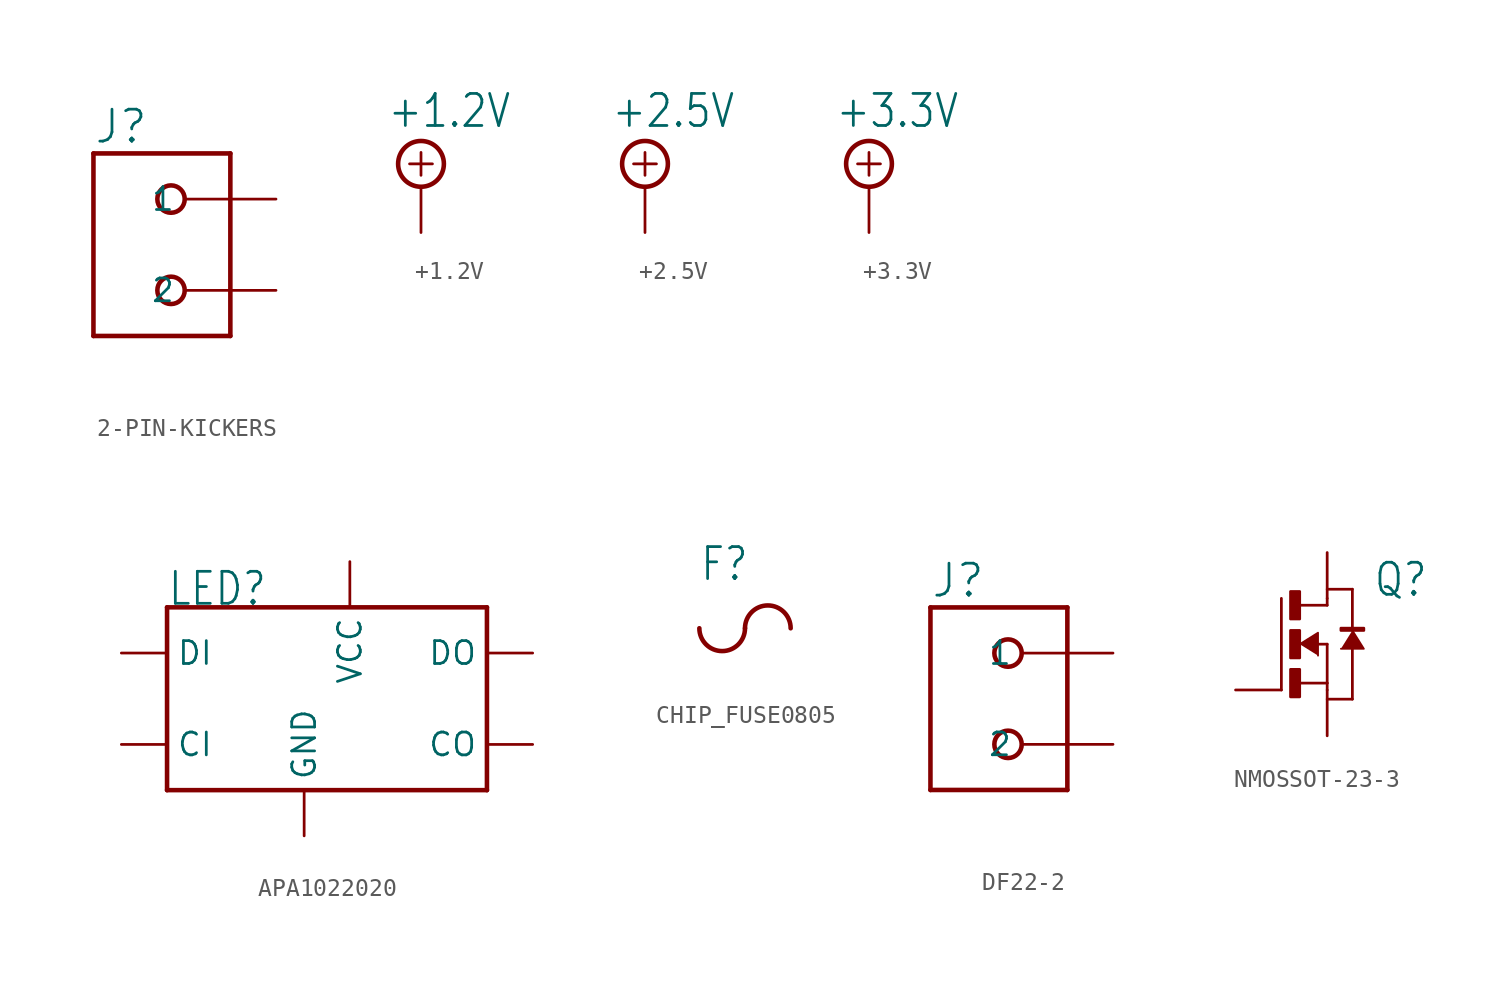
<source format=kicad_sym>
(kicad_symbol_lib
  (version 20220914)
  (generator kicad_symbol_editor)
  (symbol "2-PIN-KICKERS"
    (property "Reference" "J"
      (at -5.08 7.62 0)
      (effects (font (size 1.778 1.778)) (justify left top)))
    (property "Value" ""
      (at -5.08 -7.62 0)
      (effects (font (size 1.778 1.778)) (justify left bottom)))
    (property "ki_locked" ""
      (at 0 0 0)
      (effects (font (size 1.27 1.27))))
    (symbol "2-PIN-KICKERS_1_0"
      (circle (center -0.762 -2.54) (radius 0.762) (stroke (width 0.254) (type solid)) (fill (type none)))
      (circle (center -0.762 2.54) (radius 0.762) (stroke (width 0.254) (type solid)) (fill (type none)))
      (polyline (pts (xy -5.08 -5.08) (xy 2.54 -5.08)) (stroke (width 0.254) (type solid)) (fill (type none)))
      (polyline (pts (xy -5.08 5.08) (xy -5.08 -5.08)) (stroke (width 0.254) (type solid)) (fill (type none)))
      (polyline (pts (xy 2.54 -5.08) (xy 2.54 5.08)) (stroke (width 0.254) (type solid)) (fill (type none)))
      (polyline (pts (xy 2.54 5.08) (xy -5.08 5.08)) (stroke (width 0.254) (type solid)) (fill (type none)))
      (pin bidirectional line (at 5.08 2.54 180) (length 5.08) (name "1" (effects (font (size 1.27 1.27)))) (number "1" (effects (font (size 0 0)))))
      (pin bidirectional line (at 5.08 -2.54 180) (length 5.08) (name "2" (effects (font (size 1.27 1.27)))) (number "2" (effects (font (size 0 0)))))))
  (symbol "+1.2V"
    (power)
    (property "Reference" "#SUPPLY"
      (at 0 0 0)
      (effects (font (size 1.27 1.27)) hide))
    (property "Value" "+1.2V"
      (at -1.905 3.175 0)
      (effects (font (size 1.778 1.511)) (justify left bottom)))
    (property "ki_locked" ""
      (at 0 0 0)
      (effects (font (size 1.27 1.27))))
    (symbol "+1.2V_1_0"
      (polyline (pts (xy -0.635 1.27) (xy 0.635 1.27)) (stroke (width 0.152) (type solid)) (fill (type none)))
      (polyline (pts (xy 0 0.635) (xy 0 1.905)) (stroke (width 0.152) (type solid)) (fill (type none)))
      (circle (center 0 1.27) (radius 1.27) (stroke (width 0.254) (type solid)) (fill (type none)))
      (pin power_in line (at 0 -2.54 90) (length 2.54) (name "+1.2V" (effects (font (size 0 0)))) (number "1" (effects (font (size 0 0)))))))
  (symbol "+2.5V"
    (power)
    (property "Reference" "#SUPPLY"
      (at 0 0 0)
      (effects (font (size 1.27 1.27)) hide))
    (property "Value" "+2.5V"
      (at -1.905 3.175 0)
      (effects (font (size 1.778 1.511)) (justify left bottom)))
    (property "ki_locked" ""
      (at 0 0 0)
      (effects (font (size 1.27 1.27))))
    (symbol "+2.5V_1_0"
      (polyline (pts (xy -0.635 1.27) (xy 0.635 1.27)) (stroke (width 0.152) (type solid)) (fill (type none)))
      (polyline (pts (xy 0 0.635) (xy 0 1.905)) (stroke (width 0.152) (type solid)) (fill (type none)))
      (circle (center 0 1.27) (radius 1.27) (stroke (width 0.254) (type solid)) (fill (type none)))
      (pin power_in line (at 0 -2.54 90) (length 2.54) (name "+2.5V" (effects (font (size 0 0)))) (number "1" (effects (font (size 0 0)))))))
  (symbol "+3.3V"
    (power)
    (property "Reference" "#SUPPLY"
      (at 0 0 0)
      (effects (font (size 1.27 1.27)) hide))
    (property "Value" "+3.3V"
      (at -1.905 3.175 0)
      (effects (font (size 1.778 1.511)) (justify left bottom)))
    (property "ki_locked" ""
      (at 0 0 0)
      (effects (font (size 1.27 1.27))))
    (symbol "+3.3V_1_0"
      (polyline (pts (xy -0.635 1.27) (xy 0.635 1.27)) (stroke (width 0.152) (type solid)) (fill (type none)))
      (polyline (pts (xy 0 0.635) (xy 0 1.905)) (stroke (width 0.152) (type solid)) (fill (type none)))
      (circle (center 0 1.27) (radius 1.27) (stroke (width 0.254) (type solid)) (fill (type none)))
      (pin power_in line (at 0 -2.54 90) (length 2.54) (name "+3.3V" (effects (font (size 0 0)))) (number "1" (effects (font (size 0 0)))))))
  (symbol "APA1022020"
    (property "Reference" "LED"
      (at -10.16 7.62 0)
      (effects (font (size 1.778 1.511)) (justify left bottom)))
    (property "Value" ""
      (at 0 -5.08 0)
      (effects (font (size 1.778 1.511)) (justify left bottom)))
    (property "ki_locked" ""
      (at 0 0 0)
      (effects (font (size 1.27 1.27))))
    (symbol "APA1022020_1_0"
      (polyline (pts (xy -10.16 -2.54) (xy 7.62 -2.54)) (stroke (width 0.254) (type solid)) (fill (type none)))
      (polyline (pts (xy -10.16 7.62) (xy -10.16 -2.54)) (stroke (width 0.254) (type solid)) (fill (type none)))
      (polyline (pts (xy 7.62 -2.54) (xy 7.62 7.62)) (stroke (width 0.254) (type solid)) (fill (type none)))
      (polyline (pts (xy 7.62 7.62) (xy -10.16 7.62)) (stroke (width 0.254) (type solid)) (fill (type none)))
      (pin bidirectional line (at 10.16 0 180) (length 2.54) (name "CO" (effects (font (size 1.27 1.27)))) (number "CL_OUT" (effects (font (size 0 0)))))
      (pin bidirectional line (at -12.7 0 0) (length 2.54) (name "CI" (effects (font (size 1.27 1.27)))) (number "C_IN" (effects (font (size 0 0)))))
      (pin bidirectional line (at -12.7 5.08 0) (length 2.54) (name "DI" (effects (font (size 1.27 1.27)))) (number "D_IN" (effects (font (size 0 0)))))
      (pin bidirectional line (at 10.16 5.08 180) (length 2.54) (name "DO" (effects (font (size 1.27 1.27)))) (number "D_OUT" (effects (font (size 0 0)))))
      (pin bidirectional line (at -2.54 -5.08 90) (length 2.54) (name "GND" (effects (font (size 1.27 1.27)))) (number "GND" (effects (font (size 0 0)))))
      (pin bidirectional line (at 0 10.16 270) (length 2.54) (name "VCC" (effects (font (size 1.27 1.27)))) (number "V_CC" (effects (font (size 0 0)))))))
  (symbol "CHIP_FUSE0805"
    (property "Reference" "F"
      (at -2.54 2.54 0)
      (effects (font (size 1.778 1.511)) (justify left bottom)))
    (property "Value" ""
      (at -2.54 -2.54 0)
      (effects (font (size 1.778 1.511)) (justify left top)))
    (property "ki_locked" ""
      (at 0 0 0)
      (effects (font (size 1.27 1.27))))
    (symbol "CHIP_FUSE0805_1_0"
      (arc (start -2.54 0) (mid -1.27 -1.27) (end 0 0) (stroke (width 0.254) (type solid)) (fill (type none)))
      (arc (start 2.54 0) (mid 1.27 1.27) (end 0 0) (stroke (width 0.254) (type solid)) (fill (type none)))
      (pin bidirectional line (at -2.54 0 0) (length 0) (name "1" (effects (font (size 0 0)))) (number "1" (effects (font (size 0 0)))))
      (pin bidirectional line (at 2.54 0 180) (length 0) (name "2" (effects (font (size 0 0)))) (number "2" (effects (font (size 0 0)))))))
  (symbol "DF22-2"
    (property "Reference" "J"
      (at -5.08 7.62 0)
      (effects (font (size 1.778 1.778)) (justify left top)))
    (property "Value" ""
      (at -5.08 -7.62 0)
      (effects (font (size 1.778 1.778)) (justify left bottom)))
    (property "ki_locked" ""
      (at 0 0 0)
      (effects (font (size 1.27 1.27))))
    (symbol "DF22-2_1_0"
      (circle (center -0.762 -2.54) (radius 0.762) (stroke (width 0.254) (type solid)) (fill (type none)))
      (circle (center -0.762 2.54) (radius 0.762) (stroke (width 0.254) (type solid)) (fill (type none)))
      (polyline (pts (xy -5.08 -5.08) (xy 2.54 -5.08)) (stroke (width 0.254) (type solid)) (fill (type none)))
      (polyline (pts (xy -5.08 5.08) (xy -5.08 -5.08)) (stroke (width 0.254) (type solid)) (fill (type none)))
      (polyline (pts (xy 2.54 -5.08) (xy 2.54 5.08)) (stroke (width 0.254) (type solid)) (fill (type none)))
      (polyline (pts (xy 2.54 5.08) (xy -5.08 5.08)) (stroke (width 0.254) (type solid)) (fill (type none)))
      (pin bidirectional line (at 5.08 2.54 180) (length 5.08) (name "1" (effects (font (size 1.27 1.27)))) (number "1" (effects (font (size 0 0)))))
      (pin bidirectional line (at 5.08 -2.54 180) (length 5.08) (name "2" (effects (font (size 1.27 1.27)))) (number "2" (effects (font (size 0 0)))))))
  (symbol "NMOSSOT-23-3"
    (property "Reference" "Q"
      (at 2.54 2.54 0)
      (effects (font (size 1.778 1.511)) (justify left bottom)))
    (property "Value" ""
      (at 2.54 0 0)
      (effects (font (size 1.778 1.511)) (justify left bottom)))
    (property "ki_locked" ""
      (at 0 0 0)
      (effects (font (size 1.27 1.27))))
    (symbol "NMOSSOT-23-3_1_0"
      (rectangle (start -2.032 -2.921) (end -1.524 -1.397) (stroke (width 0) (type default)) (fill (type outline)))
      (rectangle (start -2.032 -0.762) (end -1.524 0.762) (stroke (width 0) (type default)) (fill (type outline)))
      (rectangle (start -2.032 1.397) (end -1.524 2.921) (stroke (width 0) (type default)) (fill (type outline)))
      (polyline (pts (xy -2.54 -2.54) (xy -2.54 2.54)) (stroke (width 0.152) (type solid)) (fill (type none)))
      (polyline (pts (xy -1.524 -2.159) (xy 0 -2.159)) (stroke (width 0.152) (type solid)) (fill (type none)))
      (polyline (pts (xy -1.524 2.159) (xy 0 2.159)) (stroke (width 0.152) (type solid)) (fill (type none)))
      (polyline (pts (xy -0.508 0) (xy 0 0)) (stroke (width 0.152) (type solid)) (fill (type none)))
      (polyline (pts (xy 0 -2.159) (xy 0 -2.54)) (stroke (width 0.152) (type solid)) (fill (type none)))
      (polyline (pts (xy 0 0) (xy 0 -2.159)) (stroke (width 0.152) (type solid)) (fill (type none)))
      (polyline (pts (xy 0 2.159) (xy 0 2.54)) (stroke (width 0.152) (type solid)) (fill (type none)))
      (polyline (pts (xy 0 3.048) (xy 1.397 3.048)) (stroke (width 0.152) (type solid)) (fill (type none)))
      (polyline (pts (xy 1.397 -3.048) (xy 0 -3.048)) (stroke (width 0.152) (type solid)) (fill (type none)))
      (polyline (pts (xy 1.397 -0.254) (xy 1.397 -3.048)) (stroke (width 0.152) (type solid)) (fill (type none)))
      (polyline (pts (xy 1.397 3.048) (xy 1.397 0.762)) (stroke (width 0.152) (type solid)) (fill (type none)))
      (polyline (pts (xy -1.524 0) (xy -0.508 0.635) (xy -0.508 -0.635)) (stroke (width 0.102) (type solid)) (fill (type outline)))
      (polyline (pts (xy 1.397 0.762) (xy 2.032 -0.254) (xy 0.762 -0.254)) (stroke (width 0.102) (type solid)) (fill (type outline)))
      (rectangle (start 0.762 0.762) (end 2.032 0.889) (stroke (width 0) (type default)) (fill (type outline)))
      (pin passive line (at -5.08 -2.54 0) (length 2.54) (name "G" (effects (font (size 0 0)))) (number "1" (effects (font (size 0 0)))))
      (pin passive line (at 0 -5.08 90) (length 2.54) (name "S" (effects (font (size 0 0)))) (number "2" (effects (font (size 0 0)))))
      (pin passive line (at 0 5.08 270) (length 2.54) (name "D" (effects (font (size 0 0)))) (number "3" (effects (font (size 0 0))))))))
</source>
